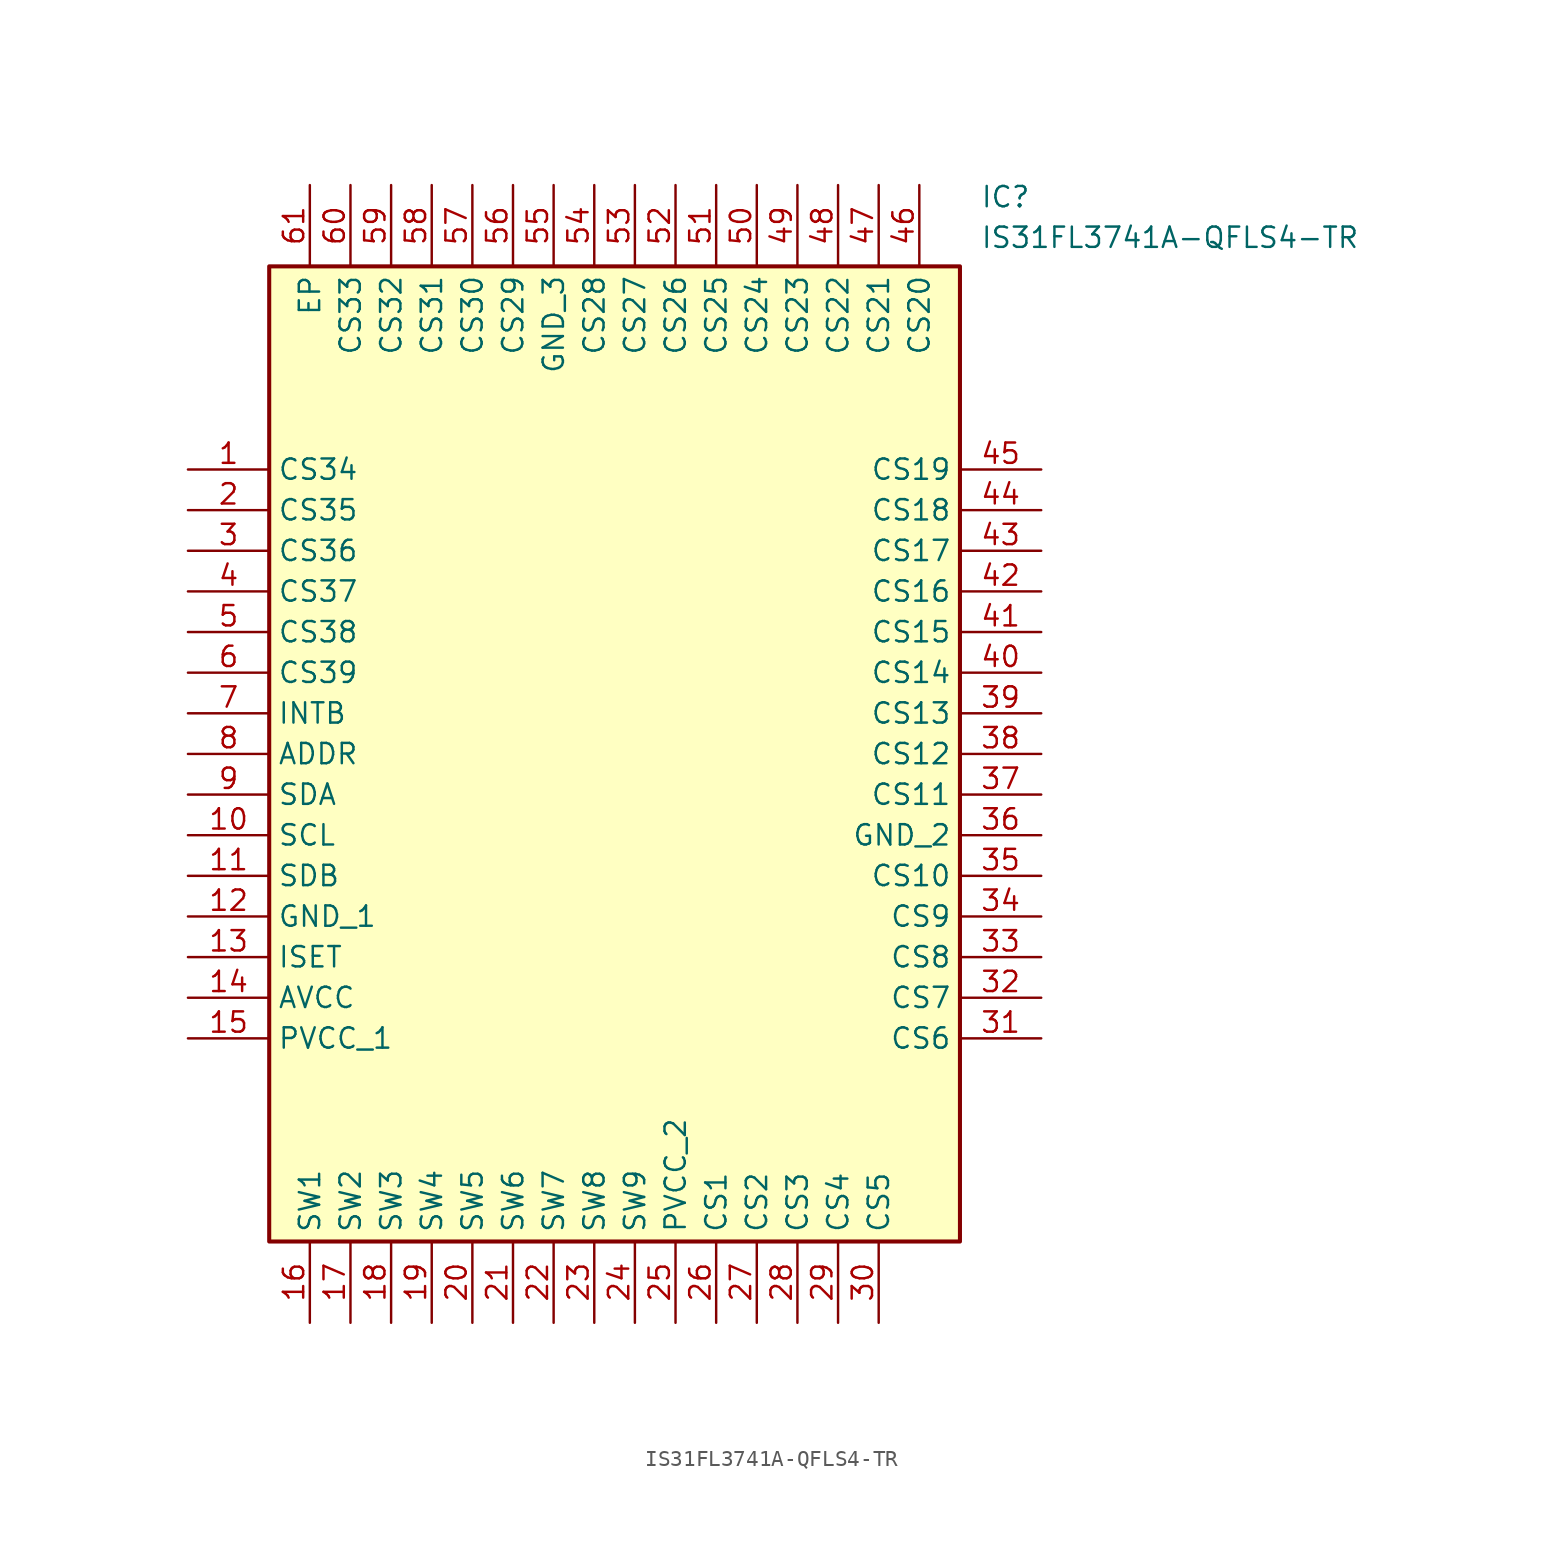
<source format=kicad_sym>
(kicad_symbol_lib
  (version 20211014)
  (generator SamacSys_ECAD_Model)
  (symbol "IS31FL3741A-QFLS4-TR"
    (property "Reference" "IC"
      (at 49.53 17.78 0)
      (effects (font (size 1.27 1.27)) (justify left top)))
    (property "Value" "IS31FL3741A-QFLS4-TR"
      (at 49.53 15.24 0)
      (effects (font (size 1.27 1.27)) (justify left top)))
    (rectangle
      (start 5.08 12.7)
      (end 48.26 -48.26)
      (stroke (width 0.254) (type default))
      (fill (type background)))
    (pin passive line
      (at 0 0 0)
      (length 5.08)
      (name "CS34" (effects (font (size 1.27 1.27))))
      (number "1" (effects (font (size 1.27 1.27)))))
    (pin passive line
      (at 0 -2.54 0)
      (length 5.08)
      (name "CS35" (effects (font (size 1.27 1.27))))
      (number "2" (effects (font (size 1.27 1.27)))))
    (pin passive line
      (at 0 -5.08 0)
      (length 5.08)
      (name "CS36" (effects (font (size 1.27 1.27))))
      (number "3" (effects (font (size 1.27 1.27)))))
    (pin passive line
      (at 0 -7.62 0)
      (length 5.08)
      (name "CS37" (effects (font (size 1.27 1.27))))
      (number "4" (effects (font (size 1.27 1.27)))))
    (pin passive line
      (at 0 -10.16 0)
      (length 5.08)
      (name "CS38" (effects (font (size 1.27 1.27))))
      (number "5" (effects (font (size 1.27 1.27)))))
    (pin passive line
      (at 0 -12.7 0)
      (length 5.08)
      (name "CS39" (effects (font (size 1.27 1.27))))
      (number "6" (effects (font (size 1.27 1.27)))))
    (pin passive line
      (at 0 -15.24 0)
      (length 5.08)
      (name "INTB" (effects (font (size 1.27 1.27))))
      (number "7" (effects (font (size 1.27 1.27)))))
    (pin passive line
      (at 0 -17.78 0)
      (length 5.08)
      (name "ADDR" (effects (font (size 1.27 1.27))))
      (number "8" (effects (font (size 1.27 1.27)))))
    (pin passive line
      (at 0 -20.32 0)
      (length 5.08)
      (name "SDA" (effects (font (size 1.27 1.27))))
      (number "9" (effects (font (size 1.27 1.27)))))
    (pin passive line
      (at 0 -22.86 0)
      (length 5.08)
      (name "SCL" (effects (font (size 1.27 1.27))))
      (number "10" (effects (font (size 1.27 1.27)))))
    (pin passive line
      (at 0 -25.4 0)
      (length 5.08)
      (name "SDB" (effects (font (size 1.27 1.27))))
      (number "11" (effects (font (size 1.27 1.27)))))
    (pin passive line
      (at 0 -27.94 0)
      (length 5.08)
      (name "GND_1" (effects (font (size 1.27 1.27))))
      (number "12" (effects (font (size 1.27 1.27)))))
    (pin passive line
      (at 0 -30.48 0)
      (length 5.08)
      (name "ISET" (effects (font (size 1.27 1.27))))
      (number "13" (effects (font (size 1.27 1.27)))))
    (pin passive line
      (at 0 -33.02 0)
      (length 5.08)
      (name "AVCC" (effects (font (size 1.27 1.27))))
      (number "14" (effects (font (size 1.27 1.27)))))
    (pin passive line
      (at 0 -35.56 0)
      (length 5.08)
      (name "PVCC_1" (effects (font (size 1.27 1.27))))
      (number "15" (effects (font (size 1.27 1.27)))))
    (pin passive line
      (at 7.62 -53.34 90)
      (length 5.08)
      (name "SW1" (effects (font (size 1.27 1.27))))
      (number "16" (effects (font (size 1.27 1.27)))))
    (pin passive line
      (at 10.16 -53.34 90)
      (length 5.08)
      (name "SW2" (effects (font (size 1.27 1.27))))
      (number "17" (effects (font (size 1.27 1.27)))))
    (pin passive line
      (at 12.7 -53.34 90)
      (length 5.08)
      (name "SW3" (effects (font (size 1.27 1.27))))
      (number "18" (effects (font (size 1.27 1.27)))))
    (pin passive line
      (at 15.24 -53.34 90)
      (length 5.08)
      (name "SW4" (effects (font (size 1.27 1.27))))
      (number "19" (effects (font (size 1.27 1.27)))))
    (pin passive line
      (at 17.78 -53.34 90)
      (length 5.08)
      (name "SW5" (effects (font (size 1.27 1.27))))
      (number "20" (effects (font (size 1.27 1.27)))))
    (pin passive line
      (at 20.32 -53.34 90)
      (length 5.08)
      (name "SW6" (effects (font (size 1.27 1.27))))
      (number "21" (effects (font (size 1.27 1.27)))))
    (pin passive line
      (at 22.86 -53.34 90)
      (length 5.08)
      (name "SW7" (effects (font (size 1.27 1.27))))
      (number "22" (effects (font (size 1.27 1.27)))))
    (pin passive line
      (at 25.4 -53.34 90)
      (length 5.08)
      (name "SW8" (effects (font (size 1.27 1.27))))
      (number "23" (effects (font (size 1.27 1.27)))))
    (pin passive line
      (at 27.94 -53.34 90)
      (length 5.08)
      (name "SW9" (effects (font (size 1.27 1.27))))
      (number "24" (effects (font (size 1.27 1.27)))))
    (pin passive line
      (at 30.48 -53.34 90)
      (length 5.08)
      (name "PVCC_2" (effects (font (size 1.27 1.27))))
      (number "25" (effects (font (size 1.27 1.27)))))
    (pin passive line
      (at 33.02 -53.34 90)
      (length 5.08)
      (name "CS1" (effects (font (size 1.27 1.27))))
      (number "26" (effects (font (size 1.27 1.27)))))
    (pin passive line
      (at 35.56 -53.34 90)
      (length 5.08)
      (name "CS2" (effects (font (size 1.27 1.27))))
      (number "27" (effects (font (size 1.27 1.27)))))
    (pin passive line
      (at 38.1 -53.34 90)
      (length 5.08)
      (name "CS3" (effects (font (size 1.27 1.27))))
      (number "28" (effects (font (size 1.27 1.27)))))
    (pin passive line
      (at 40.64 -53.34 90)
      (length 5.08)
      (name "CS4" (effects (font (size 1.27 1.27))))
      (number "29" (effects (font (size 1.27 1.27)))))
    (pin passive line
      (at 43.18 -53.34 90)
      (length 5.08)
      (name "CS5" (effects (font (size 1.27 1.27))))
      (number "30" (effects (font (size 1.27 1.27)))))
    (pin passive line
      (at 53.34 0 180)
      (length 5.08)
      (name "CS19" (effects (font (size 1.27 1.27))))
      (number "45" (effects (font (size 1.27 1.27)))))
    (pin passive line
      (at 53.34 -2.54 180)
      (length 5.08)
      (name "CS18" (effects (font (size 1.27 1.27))))
      (number "44" (effects (font (size 1.27 1.27)))))
    (pin passive line
      (at 53.34 -5.08 180)
      (length 5.08)
      (name "CS17" (effects (font (size 1.27 1.27))))
      (number "43" (effects (font (size 1.27 1.27)))))
    (pin passive line
      (at 53.34 -7.62 180)
      (length 5.08)
      (name "CS16" (effects (font (size 1.27 1.27))))
      (number "42" (effects (font (size 1.27 1.27)))))
    (pin passive line
      (at 53.34 -10.16 180)
      (length 5.08)
      (name "CS15" (effects (font (size 1.27 1.27))))
      (number "41" (effects (font (size 1.27 1.27)))))
    (pin passive line
      (at 53.34 -12.7 180)
      (length 5.08)
      (name "CS14" (effects (font (size 1.27 1.27))))
      (number "40" (effects (font (size 1.27 1.27)))))
    (pin passive line
      (at 53.34 -15.24 180)
      (length 5.08)
      (name "CS13" (effects (font (size 1.27 1.27))))
      (number "39" (effects (font (size 1.27 1.27)))))
    (pin passive line
      (at 53.34 -17.78 180)
      (length 5.08)
      (name "CS12" (effects (font (size 1.27 1.27))))
      (number "38" (effects (font (size 1.27 1.27)))))
    (pin passive line
      (at 53.34 -20.32 180)
      (length 5.08)
      (name "CS11" (effects (font (size 1.27 1.27))))
      (number "37" (effects (font (size 1.27 1.27)))))
    (pin passive line
      (at 53.34 -22.86 180)
      (length 5.08)
      (name "GND_2" (effects (font (size 1.27 1.27))))
      (number "36" (effects (font (size 1.27 1.27)))))
    (pin passive line
      (at 53.34 -25.4 180)
      (length 5.08)
      (name "CS10" (effects (font (size 1.27 1.27))))
      (number "35" (effects (font (size 1.27 1.27)))))
    (pin passive line
      (at 53.34 -27.94 180)
      (length 5.08)
      (name "CS9" (effects (font (size 1.27 1.27))))
      (number "34" (effects (font (size 1.27 1.27)))))
    (pin passive line
      (at 53.34 -30.48 180)
      (length 5.08)
      (name "CS8" (effects (font (size 1.27 1.27))))
      (number "33" (effects (font (size 1.27 1.27)))))
    (pin passive line
      (at 53.34 -33.02 180)
      (length 5.08)
      (name "CS7" (effects (font (size 1.27 1.27))))
      (number "32" (effects (font (size 1.27 1.27)))))
    (pin passive line
      (at 53.34 -35.56 180)
      (length 5.08)
      (name "CS6" (effects (font (size 1.27 1.27))))
      (number "31" (effects (font (size 1.27 1.27)))))
    (pin passive line
      (at 7.62 17.78 270)
      (length 5.08)
      (name "EP" (effects (font (size 1.27 1.27))))
      (number "61" (effects (font (size 1.27 1.27)))))
    (pin passive line
      (at 10.16 17.78 270)
      (length 5.08)
      (name "CS33" (effects (font (size 1.27 1.27))))
      (number "60" (effects (font (size 1.27 1.27)))))
    (pin passive line
      (at 12.7 17.78 270)
      (length 5.08)
      (name "CS32" (effects (font (size 1.27 1.27))))
      (number "59" (effects (font (size 1.27 1.27)))))
    (pin passive line
      (at 15.24 17.78 270)
      (length 5.08)
      (name "CS31" (effects (font (size 1.27 1.27))))
      (number "58" (effects (font (size 1.27 1.27)))))
    (pin passive line
      (at 17.78 17.78 270)
      (length 5.08)
      (name "CS30" (effects (font (size 1.27 1.27))))
      (number "57" (effects (font (size 1.27 1.27)))))
    (pin passive line
      (at 20.32 17.78 270)
      (length 5.08)
      (name "CS29" (effects (font (size 1.27 1.27))))
      (number "56" (effects (font (size 1.27 1.27)))))
    (pin passive line
      (at 22.86 17.78 270)
      (length 5.08)
      (name "GND_3" (effects (font (size 1.27 1.27))))
      (number "55" (effects (font (size 1.27 1.27)))))
    (pin passive line
      (at 25.4 17.78 270)
      (length 5.08)
      (name "CS28" (effects (font (size 1.27 1.27))))
      (number "54" (effects (font (size 1.27 1.27)))))
    (pin passive line
      (at 27.94 17.78 270)
      (length 5.08)
      (name "CS27" (effects (font (size 1.27 1.27))))
      (number "53" (effects (font (size 1.27 1.27)))))
    (pin passive line
      (at 30.48 17.78 270)
      (length 5.08)
      (name "CS26" (effects (font (size 1.27 1.27))))
      (number "52" (effects (font (size 1.27 1.27)))))
    (pin passive line
      (at 33.02 17.78 270)
      (length 5.08)
      (name "CS25" (effects (font (size 1.27 1.27))))
      (number "51" (effects (font (size 1.27 1.27)))))
    (pin passive line
      (at 35.56 17.78 270)
      (length 5.08)
      (name "CS24" (effects (font (size 1.27 1.27))))
      (number "50" (effects (font (size 1.27 1.27)))))
    (pin passive line
      (at 38.1 17.78 270)
      (length 5.08)
      (name "CS23" (effects (font (size 1.27 1.27))))
      (number "49" (effects (font (size 1.27 1.27)))))
    (pin passive line
      (at 40.64 17.78 270)
      (length 5.08)
      (name "CS22" (effects (font (size 1.27 1.27))))
      (number "48" (effects (font (size 1.27 1.27)))))
    (pin passive line
      (at 43.18 17.78 270)
      (length 5.08)
      (name "CS21" (effects (font (size 1.27 1.27))))
      (number "47" (effects (font (size 1.27 1.27)))))
    (pin passive line
      (at 45.72 17.78 270)
      (length 5.08)
      (name "CS20" (effects (font (size 1.27 1.27))))
      (number "46" (effects (font (size 1.27 1.27)))))))
</source>
